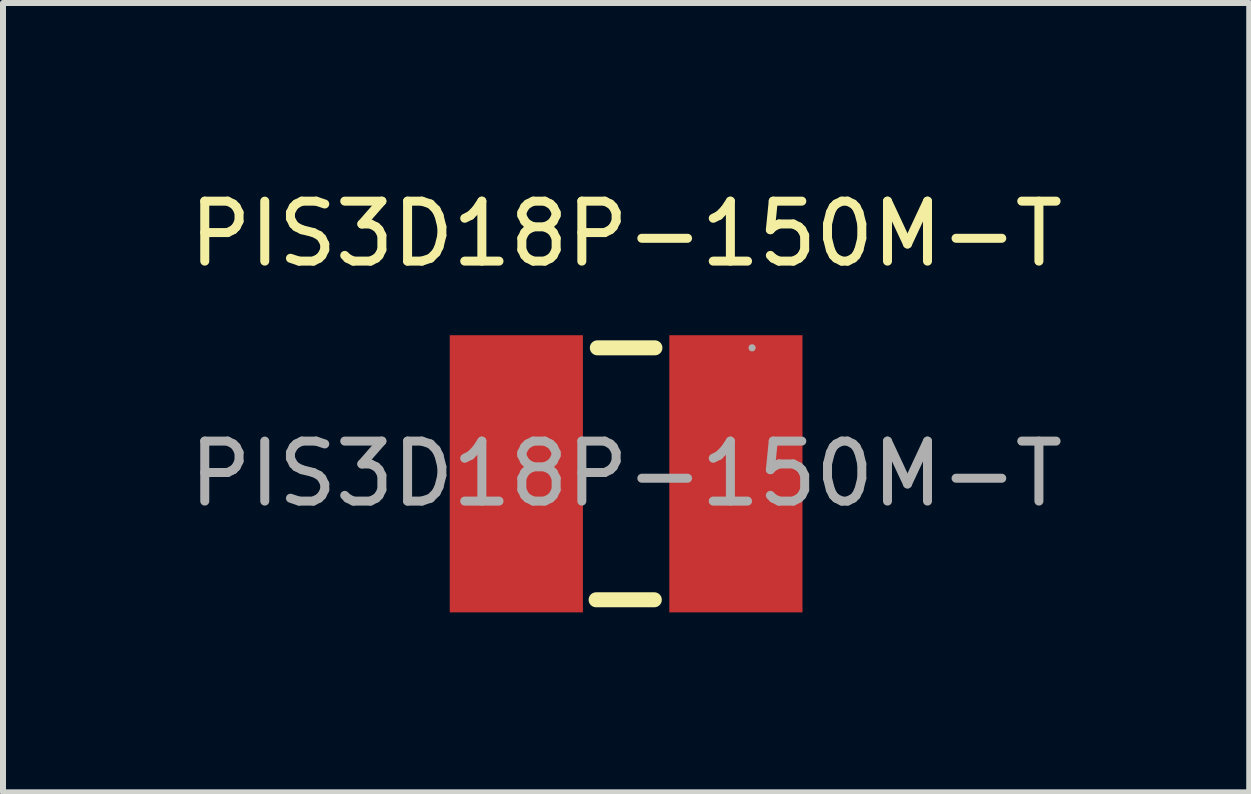
<source format=kicad_pcb>
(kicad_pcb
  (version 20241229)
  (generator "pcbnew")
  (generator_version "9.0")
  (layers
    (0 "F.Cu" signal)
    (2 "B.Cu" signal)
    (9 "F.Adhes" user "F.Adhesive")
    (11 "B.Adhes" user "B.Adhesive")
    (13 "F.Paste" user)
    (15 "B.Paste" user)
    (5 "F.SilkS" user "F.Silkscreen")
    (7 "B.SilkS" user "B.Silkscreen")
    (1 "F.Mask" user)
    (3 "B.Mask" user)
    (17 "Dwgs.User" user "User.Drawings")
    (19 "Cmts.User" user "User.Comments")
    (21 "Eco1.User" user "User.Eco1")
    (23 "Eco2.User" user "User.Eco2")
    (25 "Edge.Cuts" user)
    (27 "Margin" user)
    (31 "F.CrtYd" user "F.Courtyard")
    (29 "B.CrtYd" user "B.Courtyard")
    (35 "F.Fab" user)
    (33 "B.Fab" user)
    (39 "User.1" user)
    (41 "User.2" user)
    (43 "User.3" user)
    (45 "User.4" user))
  (footprint "PIS3D18P-150M-T"
    (layer "F.Cu")
    (at 7.387 4.848)
    (property "Reference" "PIS3D18P-150M-T" (at 0 -4 0) (layer "F.SilkS") (effects (font (size 1 1) (thickness 0.15))))
    (attr smd)
    (fp_line (start -0.5 2.1) (end 0.47 2.1) (stroke (width 0.25) (type solid)) (layer "F.SilkS"))
    (fp_line (start -0.48 -2.1) (end 0.48 -2.1) (stroke (width 0.25) (type solid)) (layer "F.SilkS"))
    (fp_circle (center 2.1 -2.1) (end 2.13 -2.1) (stroke (width 0.06) (type solid)) (fill no) (layer "F.Fab"))
    (fp_text user "${REFERENCE}" (at 0 0 0) (layer "F.Fab") (effects (font (size 1 1) (thickness 0.15))))
    (pad "1" smd rect (at 1.83 0) (size 2.22 4.62) (layers "F.Cu" "F.Mask" "F.Paste"))
    (pad "2" smd rect (at -1.83 0) (size 2.22 4.62) (layers "F.Cu" "F.Mask" "F.Paste")))
  (gr_rect
    (start -3 -3)
    (end 17.774 10.158)
    (stroke (width 0.1) (type default))
    (fill no)
    (layer "Edge.Cuts")))
</source>
